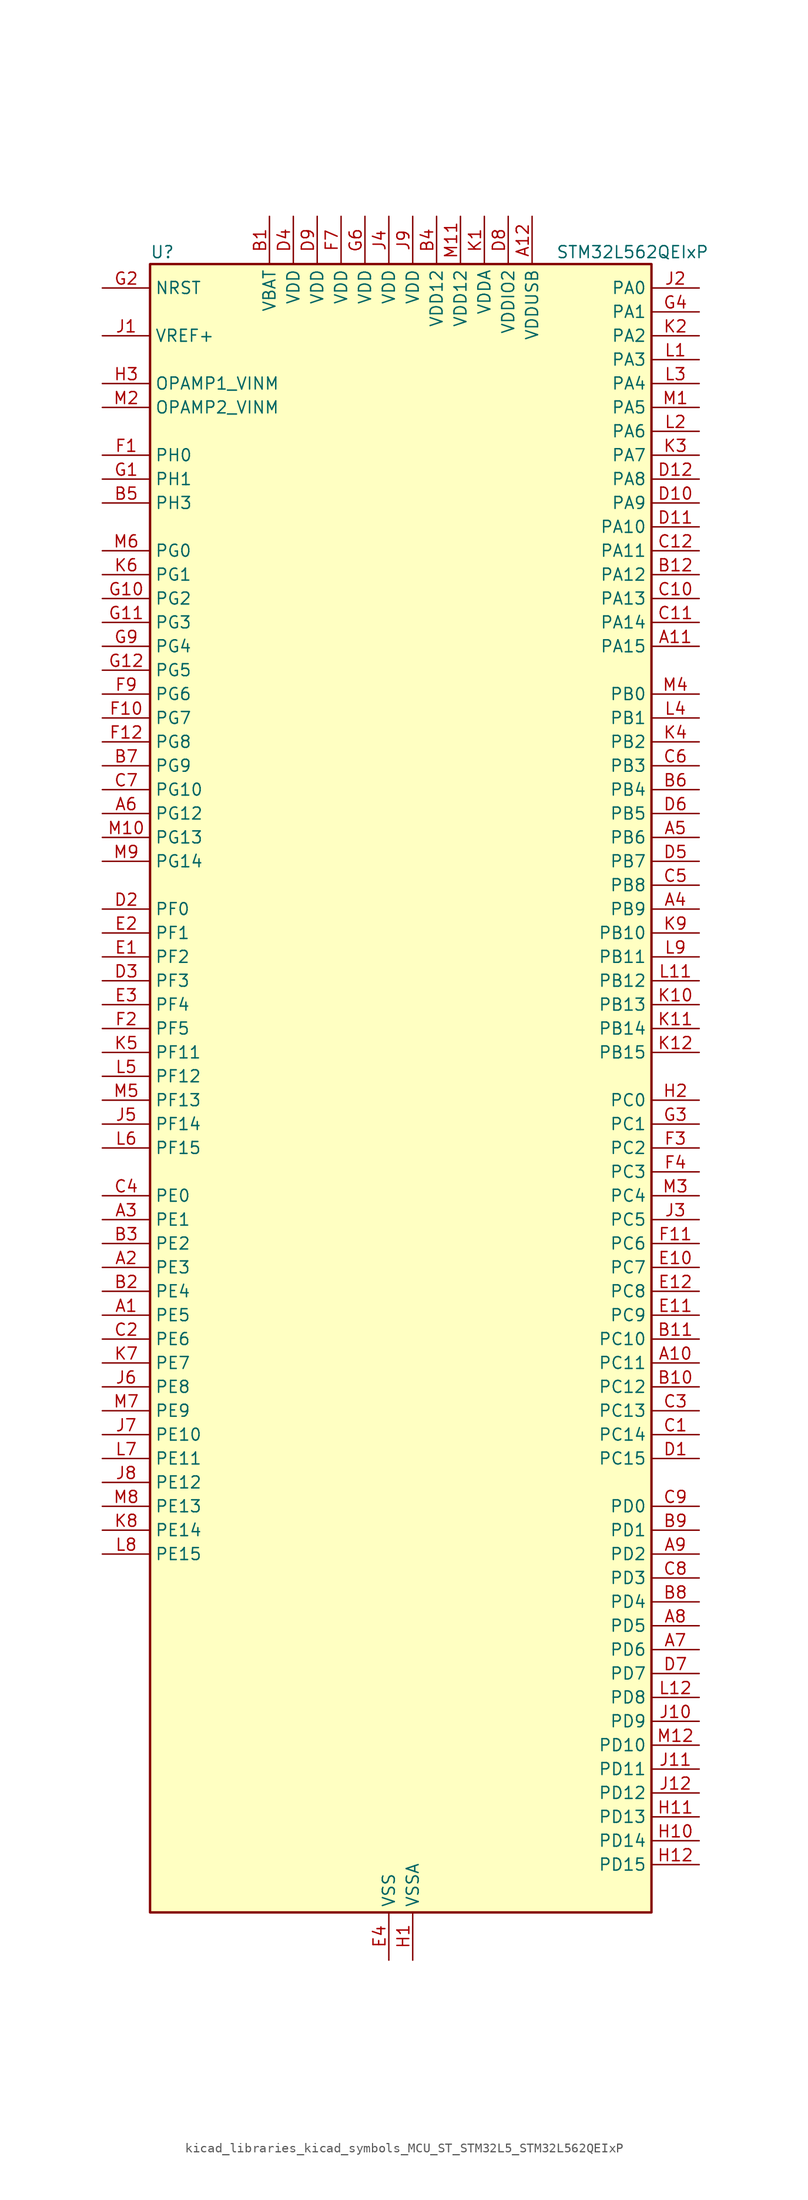
<source format=kicad_sym>
(kicad_symbol_lib
  (version 20220914)
  (generator kicad_symbol_editor)
  (symbol "kicad_libraries_kicad_symbols_MCU_ST_STM32L5_STM32L562QEIxP"
    (property "Reference" "U"
      (at -25.4 90.17 0)
      (effects (font (size 1.27 1.27)) (justify left)))
    (property "Value" "STM32L562QEIxP"
      (at 17.78 90.17 0)
      (effects (font (size 1.27 1.27)) (justify left)))
    (property "ki_locked" ""
      (at 0 0 0)
      (effects (font (size 1.27 1.27))))
    (symbol "kicad_libraries_kicad_symbols_MCU_ST_STM32L5_STM32L562QEIxP_0_1"
      (rectangle (start -25.4 -86.36) (end 27.94 88.9) (stroke (width 0.254) (type default)) (fill (type background))))
    (symbol "kicad_libraries_kicad_symbols_MCU_ST_STM32L5_STM32L562QEIxP_1_1"
      (pin bidirectional line (at -30.48 -22.86 0) (length 5.08) (name "PE5" (effects (font (size 1.27 1.27)))) (number "A1" (effects (font (size 1.27 1.27)))) (alternate "DEBUG_TRACED2" bidirectional line) (alternate "DFSDM1_CKIN3" bidirectional line) (alternate "FMC_A21" bidirectional line) (alternate "SAI1_CK2" bidirectional line) (alternate "SAI1_SCK_A" bidirectional line) (alternate "TIM3_CH3" bidirectional line) (alternate "TSC_G7_IO4" bidirectional line))
      (pin bidirectional line (at 33.02 -27.94 180) (length 5.08) (name "PC11" (effects (font (size 1.27 1.27)))) (number "A10" (effects (font (size 1.27 1.27)))) (alternate "ADC1_EXTI11" bidirectional line) (alternate "ADC2_EXTI11" bidirectional line) (alternate "LPTIM3_IN1" bidirectional line) (alternate "OCTOSPI1_NCS" bidirectional line) (alternate "SAI2_MCLK_B" bidirectional line) (alternate "SDMMC1_D3" bidirectional line) (alternate "SPI3_MISO" bidirectional line) (alternate "TSC_G3_IO3" bidirectional line) (alternate "UART4_RX" bidirectional line) (alternate "UCPD1_FRSTX2" bidirectional line) (alternate "USART3_RX" bidirectional line))
      (pin bidirectional line (at 33.02 48.26 180) (length 5.08) (name "PA15" (effects (font (size 1.27 1.27)))) (number "A11" (effects (font (size 1.27 1.27)))) (alternate "ADC1_EXTI15" bidirectional line) (alternate "ADC2_EXTI15" bidirectional line) (alternate "DEBUG_JTDI" bidirectional line) (alternate "SAI2_FS_B" bidirectional line) (alternate "SPI1_NSS" bidirectional line) (alternate "SPI3_NSS" bidirectional line) (alternate "TIM2_CH1" bidirectional line) (alternate "TIM2_ETR" bidirectional line) (alternate "UART4_DE" bidirectional line) (alternate "UART4_RTS" bidirectional line) (alternate "UCPD1_CC1" bidirectional line) (alternate "USART2_RX" bidirectional line) (alternate "USART3_DE" bidirectional line) (alternate "USART3_RTS" bidirectional line))
      (pin power_in line (at 15.24 93.98 270) (length 5.08) (name "VDDUSB" (effects (font (size 1.27 1.27)))) (number "A12" (effects (font (size 1.27 1.27)))))
      (pin bidirectional line (at -30.48 -17.78 0) (length 5.08) (name "PE3" (effects (font (size 1.27 1.27)))) (number "A2" (effects (font (size 1.27 1.27)))) (alternate "DEBUG_TRACED0" bidirectional line) (alternate "FMC_A19" bidirectional line) (alternate "OCTOSPI1_DQS" bidirectional line) (alternate "SAI1_SD_B" bidirectional line) (alternate "TIM3_CH1" bidirectional line) (alternate "TSC_G7_IO2" bidirectional line))
      (pin bidirectional line (at -30.48 -12.7 0) (length 5.08) (name "PE1" (effects (font (size 1.27 1.27)))) (number "A3" (effects (font (size 1.27 1.27)))) (alternate "FMC_NBL1" bidirectional line) (alternate "TIM17_CH1" bidirectional line))
      (pin bidirectional line (at 33.02 20.32 180) (length 5.08) (name "PB9" (effects (font (size 1.27 1.27)))) (number "A4" (effects (font (size 1.27 1.27)))) (alternate "DAC1_EXTI9" bidirectional line) (alternate "FDCAN1_TX" bidirectional line) (alternate "I2C1_SDA" bidirectional line) (alternate "IR_OUT" bidirectional line) (alternate "SAI1_D2" bidirectional line) (alternate "SAI1_FS_A" bidirectional line) (alternate "SDMMC1_CDIR" bidirectional line) (alternate "SDMMC1_D5" bidirectional line) (alternate "SPI2_NSS" bidirectional line) (alternate "TIM17_CH1" bidirectional line) (alternate "TIM4_CH4" bidirectional line))
      (pin bidirectional line (at 33.02 27.94 180) (length 5.08) (name "PB6" (effects (font (size 1.27 1.27)))) (number "A5" (effects (font (size 1.27 1.27)))) (alternate "COMP2_INP" bidirectional line) (alternate "I2C1_SCL" bidirectional line) (alternate "I2C4_SCL" bidirectional line) (alternate "LPTIM1_ETR" bidirectional line) (alternate "SAI1_FS_B" bidirectional line) (alternate "TIM16_CH1N" bidirectional line) (alternate "TIM4_CH1" bidirectional line) (alternate "TIM8_BKIN2" bidirectional line) (alternate "TSC_G2_IO3" bidirectional line) (alternate "USART1_TX" bidirectional line))
      (pin bidirectional line (at -30.48 30.48 0) (length 5.08) (name "PG12" (effects (font (size 1.27 1.27)))) (number "A6" (effects (font (size 1.27 1.27)))) (alternate "FMC_NE4" bidirectional line) (alternate "LPTIM1_ETR" bidirectional line) (alternate "SAI2_SD_A" bidirectional line) (alternate "SPI3_NSS" bidirectional line) (alternate "USART1_DE" bidirectional line) (alternate "USART1_RTS" bidirectional line))
      (pin bidirectional line (at 33.02 -58.42 180) (length 5.08) (name "PD6" (effects (font (size 1.27 1.27)))) (number "A7" (effects (font (size 1.27 1.27)))) (alternate "DFSDM1_DATIN1" bidirectional line) (alternate "FMC_NWAIT" bidirectional line) (alternate "OCTOSPI1_IO6" bidirectional line) (alternate "SAI1_D1" bidirectional line) (alternate "SAI1_SD_A" bidirectional line) (alternate "SPI3_MOSI" bidirectional line) (alternate "USART2_RX" bidirectional line))
      (pin bidirectional line (at 33.02 -55.88 180) (length 5.08) (name "PD5" (effects (font (size 1.27 1.27)))) (number "A8" (effects (font (size 1.27 1.27)))) (alternate "FMC_NWE" bidirectional line) (alternate "OCTOSPI1_IO5" bidirectional line) (alternate "USART2_TX" bidirectional line))
      (pin bidirectional line (at 33.02 -48.26 180) (length 5.08) (name "PD2" (effects (font (size 1.27 1.27)))) (number "A9" (effects (font (size 1.27 1.27)))) (alternate "DEBUG_TRACED2" bidirectional line) (alternate "SDMMC1_CMD" bidirectional line) (alternate "TIM3_ETR" bidirectional line) (alternate "TSC_SYNC" bidirectional line) (alternate "UART5_RX" bidirectional line) (alternate "USART3_DE" bidirectional line) (alternate "USART3_RTS" bidirectional line))
      (pin power_in line (at -12.7 93.98 270) (length 5.08) (name "VBAT" (effects (font (size 1.27 1.27)))) (number "B1" (effects (font (size 1.27 1.27)))))
      (pin bidirectional line (at 33.02 -30.48 180) (length 5.08) (name "PC12" (effects (font (size 1.27 1.27)))) (number "B10" (effects (font (size 1.27 1.27)))) (alternate "DEBUG_TRACED3" bidirectional line) (alternate "SAI2_SD_B" bidirectional line) (alternate "SDMMC1_CK" bidirectional line) (alternate "SPI3_MOSI" bidirectional line) (alternate "TSC_G3_IO4" bidirectional line) (alternate "UART5_TX" bidirectional line) (alternate "USART3_CK" bidirectional line))
      (pin bidirectional line (at 33.02 -25.4 180) (length 5.08) (name "PC10" (effects (font (size 1.27 1.27)))) (number "B11" (effects (font (size 1.27 1.27)))) (alternate "DEBUG_TRACED1" bidirectional line) (alternate "LPTIM3_ETR" bidirectional line) (alternate "SAI2_SCK_B" bidirectional line) (alternate "SDMMC1_D2" bidirectional line) (alternate "SPI3_SCK" bidirectional line) (alternate "TSC_G3_IO2" bidirectional line) (alternate "UART4_TX" bidirectional line) (alternate "USART3_TX" bidirectional line))
      (pin bidirectional line (at 33.02 55.88 180) (length 5.08) (name "PA12" (effects (font (size 1.27 1.27)))) (number "B12" (effects (font (size 1.27 1.27)))) (alternate "FDCAN1_TX" bidirectional line) (alternate "SPI1_MOSI" bidirectional line) (alternate "TIM1_ETR" bidirectional line) (alternate "USART1_DE" bidirectional line) (alternate "USART1_RTS" bidirectional line) (alternate "USB_DP" bidirectional line))
      (pin bidirectional line (at -30.48 -20.32 0) (length 5.08) (name "PE4" (effects (font (size 1.27 1.27)))) (number "B2" (effects (font (size 1.27 1.27)))) (alternate "DEBUG_TRACED1" bidirectional line) (alternate "DFSDM1_DATIN3" bidirectional line) (alternate "FMC_A20" bidirectional line) (alternate "SAI1_D2" bidirectional line) (alternate "SAI1_FS_A" bidirectional line) (alternate "TIM3_CH2" bidirectional line) (alternate "TSC_G7_IO3" bidirectional line))
      (pin bidirectional line (at -30.48 -15.24 0) (length 5.08) (name "PE2" (effects (font (size 1.27 1.27)))) (number "B3" (effects (font (size 1.27 1.27)))) (alternate "DEBUG_TRACECLK" bidirectional line) (alternate "FMC_A23" bidirectional line) (alternate "SAI1_CK1" bidirectional line) (alternate "SAI1_MCLK_A" bidirectional line) (alternate "TIM3_ETR" bidirectional line) (alternate "TSC_G7_IO1" bidirectional line))
      (pin power_in line (at 5.08 93.98 270) (length 5.08) (name "VDD12" (effects (font (size 1.27 1.27)))) (number "B4" (effects (font (size 1.27 1.27)))))
      (pin bidirectional line (at -30.48 63.5 0) (length 5.08) (name "PH3" (effects (font (size 1.27 1.27)))) (number "B5" (effects (font (size 1.27 1.27)))))
      (pin bidirectional line (at 33.02 33.02 180) (length 5.08) (name "PB4" (effects (font (size 1.27 1.27)))) (number "B6" (effects (font (size 1.27 1.27)))) (alternate "COMP2_INP" bidirectional line) (alternate "DEBUG_JTRST" bidirectional line) (alternate "I2C3_SDA" bidirectional line) (alternate "SAI1_MCLK_B" bidirectional line) (alternate "SPI1_MISO" bidirectional line) (alternate "SPI3_MISO" bidirectional line) (alternate "TIM17_BKIN" bidirectional line) (alternate "TIM3_CH1" bidirectional line) (alternate "TSC_G2_IO1" bidirectional line) (alternate "UART5_DE" bidirectional line) (alternate "UART5_RTS" bidirectional line) (alternate "USART1_CTS" bidirectional line) (alternate "USART1_NSS" bidirectional line))
      (pin bidirectional line (at -30.48 35.56 0) (length 5.08) (name "PG9" (effects (font (size 1.27 1.27)))) (number "B7" (effects (font (size 1.27 1.27)))) (alternate "DAC1_EXTI9" bidirectional line) (alternate "FMC_NCE" bidirectional line) (alternate "FMC_NE2" bidirectional line) (alternate "SAI2_SCK_A" bidirectional line) (alternate "SPI3_SCK" bidirectional line) (alternate "TIM15_CH1N" bidirectional line) (alternate "USART1_TX" bidirectional line))
      (pin bidirectional line (at 33.02 -53.34 180) (length 5.08) (name "PD4" (effects (font (size 1.27 1.27)))) (number "B8" (effects (font (size 1.27 1.27)))) (alternate "DFSDM1_CKIN0" bidirectional line) (alternate "FMC_NOE" bidirectional line) (alternate "OCTOSPI1_IO4" bidirectional line) (alternate "SPI2_MOSI" bidirectional line) (alternate "USART2_DE" bidirectional line) (alternate "USART2_RTS" bidirectional line))
      (pin bidirectional line (at 33.02 -45.72 180) (length 5.08) (name "PD1" (effects (font (size 1.27 1.27)))) (number "B9" (effects (font (size 1.27 1.27)))) (alternate "FDCAN1_TX" bidirectional line) (alternate "FMC_D3" bidirectional line) (alternate "FMC_DA3" bidirectional line) (alternate "SPI2_SCK" bidirectional line))
      (pin bidirectional line (at 33.02 -35.56 180) (length 5.08) (name "PC14" (effects (font (size 1.27 1.27)))) (number "C1" (effects (font (size 1.27 1.27)))) (alternate "RCC_OSC32_IN" bidirectional line))
      (pin bidirectional line (at 33.02 53.34 180) (length 5.08) (name "PA13" (effects (font (size 1.27 1.27)))) (number "C10" (effects (font (size 1.27 1.27)))) (alternate "DEBUG_JTMS-SWDIO" bidirectional line) (alternate "IR_OUT" bidirectional line) (alternate "SAI1_SD_B" bidirectional line) (alternate "USB_NOE" bidirectional line))
      (pin bidirectional line (at 33.02 50.8 180) (length 5.08) (name "PA14" (effects (font (size 1.27 1.27)))) (number "C11" (effects (font (size 1.27 1.27)))) (alternate "DEBUG_JTCK-SWCLK" bidirectional line) (alternate "I2C1_SMBA" bidirectional line) (alternate "I2C4_SMBA" bidirectional line) (alternate "LPTIM1_OUT" bidirectional line) (alternate "SAI1_FS_B" bidirectional line))
      (pin bidirectional line (at 33.02 58.42 180) (length 5.08) (name "PA11" (effects (font (size 1.27 1.27)))) (number "C12" (effects (font (size 1.27 1.27)))) (alternate "ADC1_EXTI11" bidirectional line) (alternate "ADC2_EXTI11" bidirectional line) (alternate "FDCAN1_RX" bidirectional line) (alternate "SPI1_MISO" bidirectional line) (alternate "TIM1_BKIN2" bidirectional line) (alternate "TIM1_CH4" bidirectional line) (alternate "USART1_CTS" bidirectional line) (alternate "USART1_NSS" bidirectional line) (alternate "USB_DM" bidirectional line))
      (pin bidirectional line (at -30.48 -25.4 0) (length 5.08) (name "PE6" (effects (font (size 1.27 1.27)))) (number "C2" (effects (font (size 1.27 1.27)))) (alternate "DEBUG_TRACED3" bidirectional line) (alternate "FMC_A22" bidirectional line) (alternate "PWR_WKUP3" bidirectional line) (alternate "SAI1_D1" bidirectional line) (alternate "SAI1_SD_A" bidirectional line) (alternate "TAMP_IN3" bidirectional line) (alternate "TAMP_OUT6" bidirectional line) (alternate "TIM3_CH4" bidirectional line))
      (pin bidirectional line (at 33.02 -33.02 180) (length 5.08) (name "PC13" (effects (font (size 1.27 1.27)))) (number "C3" (effects (font (size 1.27 1.27)))) (alternate "PWR_WKUP2" bidirectional line) (alternate "RTC_OUT1" bidirectional line) (alternate "RTC_TS" bidirectional line) (alternate "TAMP_IN1" bidirectional line) (alternate "TAMP_OUT2" bidirectional line))
      (pin bidirectional line (at -30.48 -10.16 0) (length 5.08) (name "PE0" (effects (font (size 1.27 1.27)))) (number "C4" (effects (font (size 1.27 1.27)))) (alternate "FMC_NBL0" bidirectional line) (alternate "TIM16_CH1" bidirectional line) (alternate "TIM4_ETR" bidirectional line))
      (pin bidirectional line (at 33.02 22.86 180) (length 5.08) (name "PB8" (effects (font (size 1.27 1.27)))) (number "C5" (effects (font (size 1.27 1.27)))) (alternate "DFSDM1_CKOUT" bidirectional line) (alternate "FDCAN1_RX" bidirectional line) (alternate "I2C1_SCL" bidirectional line) (alternate "SAI1_CK1" bidirectional line) (alternate "SAI1_MCLK_A" bidirectional line) (alternate "SDMMC1_CKIN" bidirectional line) (alternate "SDMMC1_D4" bidirectional line) (alternate "TIM16_CH1" bidirectional line) (alternate "TIM4_CH3" bidirectional line))
      (pin bidirectional line (at 33.02 35.56 180) (length 5.08) (name "PB3" (effects (font (size 1.27 1.27)))) (number "C6" (effects (font (size 1.27 1.27)))) (alternate "COMP2_INM" bidirectional line) (alternate "CRS_SYNC" bidirectional line) (alternate "DEBUG_JTDO-SWO" bidirectional line) (alternate "SAI1_SCK_B" bidirectional line) (alternate "SPI1_SCK" bidirectional line) (alternate "SPI3_SCK" bidirectional line) (alternate "TIM2_CH2" bidirectional line) (alternate "USART1_DE" bidirectional line) (alternate "USART1_RTS" bidirectional line))
      (pin bidirectional line (at -30.48 33.02 0) (length 5.08) (name "PG10" (effects (font (size 1.27 1.27)))) (number "C7" (effects (font (size 1.27 1.27)))) (alternate "FMC_NE3" bidirectional line) (alternate "LPTIM1_IN1" bidirectional line) (alternate "SAI2_FS_A" bidirectional line) (alternate "SPI3_MISO" bidirectional line) (alternate "TIM15_CH1" bidirectional line) (alternate "USART1_RX" bidirectional line))
      (pin bidirectional line (at 33.02 -50.8 180) (length 5.08) (name "PD3" (effects (font (size 1.27 1.27)))) (number "C8" (effects (font (size 1.27 1.27)))) (alternate "DFSDM1_DATIN0" bidirectional line) (alternate "FMC_CLK" bidirectional line) (alternate "SPI2_MISO" bidirectional line) (alternate "SPI2_SCK" bidirectional line) (alternate "USART2_CTS" bidirectional line) (alternate "USART2_NSS" bidirectional line))
      (pin bidirectional line (at 33.02 -43.18 180) (length 5.08) (name "PD0" (effects (font (size 1.27 1.27)))) (number "C9" (effects (font (size 1.27 1.27)))) (alternate "FDCAN1_RX" bidirectional line) (alternate "FMC_D2" bidirectional line) (alternate "FMC_DA2" bidirectional line) (alternate "SPI2_NSS" bidirectional line))
      (pin bidirectional line (at 33.02 -38.1 180) (length 5.08) (name "PC15" (effects (font (size 1.27 1.27)))) (number "D1" (effects (font (size 1.27 1.27)))) (alternate "ADC1_EXTI15" bidirectional line) (alternate "ADC2_EXTI15" bidirectional line) (alternate "RCC_OSC32_OUT" bidirectional line))
      (pin bidirectional line (at 33.02 63.5 180) (length 5.08) (name "PA9" (effects (font (size 1.27 1.27)))) (number "D10" (effects (font (size 1.27 1.27)))) (alternate "DAC1_EXTI9" bidirectional line) (alternate "SAI1_FS_A" bidirectional line) (alternate "SPI2_SCK" bidirectional line) (alternate "TIM15_BKIN" bidirectional line) (alternate "TIM1_CH2" bidirectional line) (alternate "USART1_TX" bidirectional line))
      (pin bidirectional line (at 33.02 60.96 180) (length 5.08) (name "PA10" (effects (font (size 1.27 1.27)))) (number "D11" (effects (font (size 1.27 1.27)))) (alternate "CRS_SYNC" bidirectional line) (alternate "SAI1_D1" bidirectional line) (alternate "SAI1_SD_A" bidirectional line) (alternate "TIM17_BKIN" bidirectional line) (alternate "TIM1_CH3" bidirectional line) (alternate "USART1_RX" bidirectional line))
      (pin bidirectional line (at 33.02 66.04 180) (length 5.08) (name "PA8" (effects (font (size 1.27 1.27)))) (number "D12" (effects (font (size 1.27 1.27)))) (alternate "LPTIM2_OUT" bidirectional line) (alternate "RCC_MCO" bidirectional line) (alternate "SAI1_CK2" bidirectional line) (alternate "SAI1_SCK_A" bidirectional line) (alternate "TIM1_CH1" bidirectional line) (alternate "USART1_CK" bidirectional line))
      (pin bidirectional line (at -30.48 20.32 0) (length 5.08) (name "PF0" (effects (font (size 1.27 1.27)))) (number "D2" (effects (font (size 1.27 1.27)))) (alternate "FMC_A0" bidirectional line) (alternate "I2C2_SDA" bidirectional line))
      (pin bidirectional line (at -30.48 12.7 0) (length 5.08) (name "PF3" (effects (font (size 1.27 1.27)))) (number "D3" (effects (font (size 1.27 1.27)))) (alternate "FMC_A3" bidirectional line) (alternate "LPTIM3_IN1" bidirectional line))
      (pin power_in line (at -10.16 93.98 270) (length 5.08) (name "VDD" (effects (font (size 1.27 1.27)))) (number "D4" (effects (font (size 1.27 1.27)))))
      (pin bidirectional line (at 33.02 25.4 180) (length 5.08) (name "PB7" (effects (font (size 1.27 1.27)))) (number "D5" (effects (font (size 1.27 1.27)))) (alternate "COMP2_INM" bidirectional line) (alternate "FMC_NL" bidirectional line) (alternate "I2C1_SDA" bidirectional line) (alternate "I2C4_SDA" bidirectional line) (alternate "LPTIM1_IN2" bidirectional line) (alternate "PWR_PVD_IN" bidirectional line) (alternate "TIM17_CH1N" bidirectional line) (alternate "TIM4_CH2" bidirectional line) (alternate "TIM8_BKIN" bidirectional line) (alternate "TSC_G2_IO4" bidirectional line) (alternate "UART4_CTS" bidirectional line) (alternate "USART1_RX" bidirectional line))
      (pin bidirectional line (at 33.02 30.48 180) (length 5.08) (name "PB5" (effects (font (size 1.27 1.27)))) (number "D6" (effects (font (size 1.27 1.27)))) (alternate "COMP2_OUT" bidirectional line) (alternate "I2C1_SMBA" bidirectional line) (alternate "LPTIM1_IN1" bidirectional line) (alternate "OCTOSPI1_NCLK" bidirectional line) (alternate "SAI1_SD_B" bidirectional line) (alternate "SPI1_MOSI" bidirectional line) (alternate "SPI3_MOSI" bidirectional line) (alternate "TIM16_BKIN" bidirectional line) (alternate "TIM3_CH2" bidirectional line) (alternate "TSC_G2_IO2" bidirectional line) (alternate "UART5_CTS" bidirectional line) (alternate "UCPD1_DBCC1" bidirectional line) (alternate "USART1_CK" bidirectional line))
      (pin bidirectional line (at 33.02 -60.96 180) (length 5.08) (name "PD7" (effects (font (size 1.27 1.27)))) (number "D7" (effects (font (size 1.27 1.27)))) (alternate "DFSDM1_CKIN1" bidirectional line) (alternate "FMC_NCE" bidirectional line) (alternate "FMC_NE1" bidirectional line) (alternate "OCTOSPI1_IO7" bidirectional line) (alternate "USART2_CK" bidirectional line))
      (pin power_in line (at 12.7 93.98 270) (length 5.08) (name "VDDIO2" (effects (font (size 1.27 1.27)))) (number "D8" (effects (font (size 1.27 1.27)))))
      (pin power_in line (at -7.62 93.98 270) (length 5.08) (name "VDD" (effects (font (size 1.27 1.27)))) (number "D9" (effects (font (size 1.27 1.27)))))
      (pin bidirectional line (at -30.48 15.24 0) (length 5.08) (name "PF2" (effects (font (size 1.27 1.27)))) (number "E1" (effects (font (size 1.27 1.27)))) (alternate "FMC_A2" bidirectional line) (alternate "I2C2_SMBA" bidirectional line))
      (pin bidirectional line (at 33.02 -17.78 180) (length 5.08) (name "PC7" (effects (font (size 1.27 1.27)))) (number "E10" (effects (font (size 1.27 1.27)))) (alternate "DFSDM1_DATIN3" bidirectional line) (alternate "SAI2_MCLK_B" bidirectional line) (alternate "SDMMC1_D123DIR" bidirectional line) (alternate "SDMMC1_D7" bidirectional line) (alternate "TIM3_CH2" bidirectional line) (alternate "TIM8_CH2" bidirectional line) (alternate "TSC_G4_IO2" bidirectional line))
      (pin bidirectional line (at 33.02 -22.86 180) (length 5.08) (name "PC9" (effects (font (size 1.27 1.27)))) (number "E11" (effects (font (size 1.27 1.27)))) (alternate "DAC1_EXTI9" bidirectional line) (alternate "DEBUG_TRACED0" bidirectional line) (alternate "SAI2_EXTCLK" bidirectional line) (alternate "SDMMC1_D1" bidirectional line) (alternate "TIM3_CH4" bidirectional line) (alternate "TIM8_BKIN2" bidirectional line) (alternate "TIM8_CH4" bidirectional line) (alternate "TSC_G4_IO4" bidirectional line) (alternate "USB_NOE" bidirectional line))
      (pin bidirectional line (at 33.02 -20.32 180) (length 5.08) (name "PC8" (effects (font (size 1.27 1.27)))) (number "E12" (effects (font (size 1.27 1.27)))) (alternate "SDMMC1_D0" bidirectional line) (alternate "TIM3_CH3" bidirectional line) (alternate "TIM8_CH3" bidirectional line) (alternate "TSC_G4_IO3" bidirectional line))
      (pin bidirectional line (at -30.48 17.78 0) (length 5.08) (name "PF1" (effects (font (size 1.27 1.27)))) (number "E2" (effects (font (size 1.27 1.27)))) (alternate "FMC_A1" bidirectional line) (alternate "I2C2_SCL" bidirectional line))
      (pin bidirectional line (at -30.48 10.16 0) (length 5.08) (name "PF4" (effects (font (size 1.27 1.27)))) (number "E3" (effects (font (size 1.27 1.27)))) (alternate "FMC_A4" bidirectional line) (alternate "LPTIM3_ETR" bidirectional line))
      (pin power_in line (at 0 -91.44 90) (length 5.08) (name "VSS" (effects (font (size 1.27 1.27)))) (number "E4" (effects (font (size 1.27 1.27)))))
      (pin passive line (at 0 -91.44 90) (length 5.08) hide (name "VSS" (effects (font (size 1.27 1.27)))) (number "E9" (effects (font (size 1.27 1.27)))))
      (pin bidirectional line (at -30.48 68.58 0) (length 5.08) (name "PH0" (effects (font (size 1.27 1.27)))) (number "F1" (effects (font (size 1.27 1.27)))) (alternate "RCC_OSC_IN" bidirectional line))
      (pin bidirectional line (at -30.48 40.64 0) (length 5.08) (name "PG7" (effects (font (size 1.27 1.27)))) (number "F10" (effects (font (size 1.27 1.27)))) (alternate "DFSDM1_CKOUT" bidirectional line) (alternate "FMC_INT" bidirectional line) (alternate "I2C3_SCL" bidirectional line) (alternate "LPUART1_TX" bidirectional line) (alternate "SAI1_CK1" bidirectional line) (alternate "SAI1_MCLK_A" bidirectional line) (alternate "UCPD1_FRSTX2" bidirectional line))
      (pin bidirectional line (at 33.02 -15.24 180) (length 5.08) (name "PC6" (effects (font (size 1.27 1.27)))) (number "F11" (effects (font (size 1.27 1.27)))) (alternate "DFSDM1_CKIN3" bidirectional line) (alternate "SAI2_MCLK_A" bidirectional line) (alternate "SDMMC1_D0DIR" bidirectional line) (alternate "SDMMC1_D6" bidirectional line) (alternate "TIM3_CH1" bidirectional line) (alternate "TIM8_CH1" bidirectional line) (alternate "TSC_G4_IO1" bidirectional line))
      (pin bidirectional line (at -30.48 38.1 0) (length 5.08) (name "PG8" (effects (font (size 1.27 1.27)))) (number "F12" (effects (font (size 1.27 1.27)))) (alternate "I2C3_SDA" bidirectional line) (alternate "LPUART1_RX" bidirectional line))
      (pin bidirectional line (at -30.48 7.62 0) (length 5.08) (name "PF5" (effects (font (size 1.27 1.27)))) (number "F2" (effects (font (size 1.27 1.27)))) (alternate "FMC_A5" bidirectional line) (alternate "LPTIM3_OUT" bidirectional line))
      (pin bidirectional line (at 33.02 -5.08 180) (length 5.08) (name "PC2" (effects (font (size 1.27 1.27)))) (number "F3" (effects (font (size 1.27 1.27)))) (alternate "ADC1_IN3" bidirectional line) (alternate "ADC2_IN3" bidirectional line) (alternate "DFSDM1_CKOUT" bidirectional line) (alternate "LPTIM1_IN2" bidirectional line) (alternate "OCTOSPI1_IO5" bidirectional line) (alternate "SPI2_MISO" bidirectional line))
      (pin bidirectional line (at 33.02 -7.62 180) (length 5.08) (name "PC3" (effects (font (size 1.27 1.27)))) (number "F4" (effects (font (size 1.27 1.27)))) (alternate "ADC1_IN4" bidirectional line) (alternate "ADC2_IN4" bidirectional line) (alternate "LPTIM1_ETR" bidirectional line) (alternate "LPTIM2_ETR" bidirectional line) (alternate "LPTIM3_OUT" bidirectional line) (alternate "OCTOSPI1_IO6" bidirectional line) (alternate "SAI1_D1" bidirectional line) (alternate "SAI1_SD_A" bidirectional line) (alternate "SPI2_MOSI" bidirectional line))
      (pin passive line (at 0 -91.44 90) (length 5.08) hide (name "VSS" (effects (font (size 1.27 1.27)))) (number "F6" (effects (font (size 1.27 1.27)))))
      (pin power_in line (at -5.08 93.98 270) (length 5.08) (name "VDD" (effects (font (size 1.27 1.27)))) (number "F7" (effects (font (size 1.27 1.27)))))
      (pin bidirectional line (at -30.48 43.18 0) (length 5.08) (name "PG6" (effects (font (size 1.27 1.27)))) (number "F9" (effects (font (size 1.27 1.27)))) (alternate "I2C3_SMBA" bidirectional line) (alternate "LPUART1_DE" bidirectional line) (alternate "LPUART1_RTS" bidirectional line) (alternate "OCTOSPI1_DQS" bidirectional line) (alternate "UCPD1_FRSTX1" bidirectional line))
      (pin bidirectional line (at -30.48 66.04 0) (length 5.08) (name "PH1" (effects (font (size 1.27 1.27)))) (number "G1" (effects (font (size 1.27 1.27)))) (alternate "RCC_OSC_OUT" bidirectional line))
      (pin bidirectional line (at -30.48 53.34 0) (length 5.08) (name "PG2" (effects (font (size 1.27 1.27)))) (number "G10" (effects (font (size 1.27 1.27)))) (alternate "FMC_A12" bidirectional line) (alternate "SAI2_SCK_B" bidirectional line) (alternate "SPI1_SCK" bidirectional line))
      (pin bidirectional line (at -30.48 50.8 0) (length 5.08) (name "PG3" (effects (font (size 1.27 1.27)))) (number "G11" (effects (font (size 1.27 1.27)))) (alternate "FMC_A13" bidirectional line) (alternate "SAI2_FS_B" bidirectional line) (alternate "SPI1_MISO" bidirectional line))
      (pin bidirectional line (at -30.48 45.72 0) (length 5.08) (name "PG5" (effects (font (size 1.27 1.27)))) (number "G12" (effects (font (size 1.27 1.27)))) (alternate "FMC_A15" bidirectional line) (alternate "LPUART1_CTS" bidirectional line) (alternate "SAI2_SD_B" bidirectional line) (alternate "SPI1_NSS" bidirectional line))
      (pin input line (at -30.48 86.36 0) (length 5.08) (name "NRST" (effects (font (size 1.27 1.27)))) (number "G2" (effects (font (size 1.27 1.27)))))
      (pin bidirectional line (at 33.02 -2.54 180) (length 5.08) (name "PC1" (effects (font (size 1.27 1.27)))) (number "G3" (effects (font (size 1.27 1.27)))) (alternate "ADC1_IN2" bidirectional line) (alternate "ADC2_IN2" bidirectional line) (alternate "DEBUG_TRACED0" bidirectional line) (alternate "I2C3_SDA" bidirectional line) (alternate "LPTIM1_OUT" bidirectional line) (alternate "LPUART1_TX" bidirectional line) (alternate "OCTOSPI1_IO4" bidirectional line) (alternate "SAI1_SD_A" bidirectional line) (alternate "SPI2_MOSI" bidirectional line))
      (pin bidirectional line (at 33.02 83.82 180) (length 5.08) (name "PA1" (effects (font (size 1.27 1.27)))) (number "G4" (effects (font (size 1.27 1.27)))) (alternate "ADC1_IN6" bidirectional line) (alternate "ADC2_IN6" bidirectional line) (alternate "I2C1_SMBA" bidirectional line) (alternate "OCTOSPI1_DQS" bidirectional line) (alternate "OPAMP1_VINM" bidirectional line) (alternate "SPI1_SCK" bidirectional line) (alternate "TAMP_IN5" bidirectional line) (alternate "TAMP_OUT4" bidirectional line) (alternate "TIM15_CH1N" bidirectional line) (alternate "TIM2_CH2" bidirectional line) (alternate "TIM5_CH2" bidirectional line) (alternate "UART4_RX" bidirectional line) (alternate "USART2_DE" bidirectional line) (alternate "USART2_RTS" bidirectional line))
      (pin power_in line (at -2.54 93.98 270) (length 5.08) (name "VDD" (effects (font (size 1.27 1.27)))) (number "G6" (effects (font (size 1.27 1.27)))))
      (pin passive line (at 0 -91.44 90) (length 5.08) hide (name "VSS" (effects (font (size 1.27 1.27)))) (number "G7" (effects (font (size 1.27 1.27)))))
      (pin bidirectional line (at -30.48 48.26 0) (length 5.08) (name "PG4" (effects (font (size 1.27 1.27)))) (number "G9" (effects (font (size 1.27 1.27)))) (alternate "FMC_A14" bidirectional line) (alternate "SAI2_MCLK_B" bidirectional line) (alternate "SPI1_MOSI" bidirectional line))
      (pin power_in line (at 2.54 -91.44 90) (length 5.08) (name "VSSA" (effects (font (size 1.27 1.27)))) (number "H1" (effects (font (size 1.27 1.27)))))
      (pin bidirectional line (at 33.02 -78.74 180) (length 5.08) (name "PD14" (effects (font (size 1.27 1.27)))) (number "H10" (effects (font (size 1.27 1.27)))) (alternate "FMC_D0" bidirectional line) (alternate "FMC_DA0" bidirectional line) (alternate "TIM4_CH3" bidirectional line))
      (pin bidirectional line (at 33.02 -76.2 180) (length 5.08) (name "PD13" (effects (font (size 1.27 1.27)))) (number "H11" (effects (font (size 1.27 1.27)))) (alternate "FMC_A18" bidirectional line) (alternate "I2C4_SDA" bidirectional line) (alternate "LPTIM2_OUT" bidirectional line) (alternate "TIM4_CH2" bidirectional line) (alternate "TSC_G6_IO4" bidirectional line))
      (pin bidirectional line (at 33.02 -81.28 180) (length 5.08) (name "PD15" (effects (font (size 1.27 1.27)))) (number "H12" (effects (font (size 1.27 1.27)))) (alternate "ADC1_EXTI15" bidirectional line) (alternate "ADC2_EXTI15" bidirectional line) (alternate "FMC_D1" bidirectional line) (alternate "FMC_DA1" bidirectional line) (alternate "TIM4_CH4" bidirectional line))
      (pin bidirectional line (at 33.02 0 180) (length 5.08) (name "PC0" (effects (font (size 1.27 1.27)))) (number "H2" (effects (font (size 1.27 1.27)))) (alternate "ADC1_IN1" bidirectional line) (alternate "ADC2_IN1" bidirectional line) (alternate "I2C3_SCL" bidirectional line) (alternate "LPTIM1_IN1" bidirectional line) (alternate "LPTIM2_IN1" bidirectional line) (alternate "LPUART1_RX" bidirectional line) (alternate "OCTOSPI1_IO7" bidirectional line) (alternate "SAI2_FS_A" bidirectional line) (alternate "SDMMC1_D5" bidirectional line))
      (pin bidirectional line (at -30.48 76.2 0) (length 5.08) (name "OPAMP1_VINM" (effects (font (size 1.27 1.27)))) (number "H3" (effects (font (size 1.27 1.27)))) (alternate "OPAMP1_VINM" bidirectional line))
      (pin passive line (at 0 -91.44 90) (length 5.08) hide (name "VSS" (effects (font (size 1.27 1.27)))) (number "H4" (effects (font (size 1.27 1.27)))))
      (pin passive line (at 0 -91.44 90) (length 5.08) hide (name "VSS" (effects (font (size 1.27 1.27)))) (number "H9" (effects (font (size 1.27 1.27)))))
      (pin input line (at -30.48 81.28 0) (length 5.08) (name "VREF+" (effects (font (size 1.27 1.27)))) (number "J1" (effects (font (size 1.27 1.27)))))
      (pin bidirectional line (at 33.02 -66.04 180) (length 5.08) (name "PD9" (effects (font (size 1.27 1.27)))) (number "J10" (effects (font (size 1.27 1.27)))) (alternate "DAC1_EXTI9" bidirectional line) (alternate "FMC_D14" bidirectional line) (alternate "FMC_DA14" bidirectional line) (alternate "SAI2_MCLK_A" bidirectional line) (alternate "USART3_RX" bidirectional line))
      (pin bidirectional line (at 33.02 -71.12 180) (length 5.08) (name "PD11" (effects (font (size 1.27 1.27)))) (number "J11" (effects (font (size 1.27 1.27)))) (alternate "ADC1_EXTI11" bidirectional line) (alternate "ADC2_EXTI11" bidirectional line) (alternate "FMC_A16" bidirectional line) (alternate "FMC_CLE" bidirectional line) (alternate "I2C4_SMBA" bidirectional line) (alternate "LPTIM2_ETR" bidirectional line) (alternate "SAI2_SD_A" bidirectional line) (alternate "TSC_G6_IO2" bidirectional line) (alternate "USART3_CTS" bidirectional line) (alternate "USART3_NSS" bidirectional line))
      (pin bidirectional line (at 33.02 -73.66 180) (length 5.08) (name "PD12" (effects (font (size 1.27 1.27)))) (number "J12" (effects (font (size 1.27 1.27)))) (alternate "FMC_A17" bidirectional line) (alternate "FMC_ALE" bidirectional line) (alternate "I2C4_SCL" bidirectional line) (alternate "LPTIM2_IN1" bidirectional line) (alternate "SAI2_FS_A" bidirectional line) (alternate "TIM4_CH1" bidirectional line) (alternate "TSC_G6_IO3" bidirectional line) (alternate "USART3_DE" bidirectional line) (alternate "USART3_RTS" bidirectional line))
      (pin bidirectional line (at 33.02 86.36 180) (length 5.08) (name "PA0" (effects (font (size 1.27 1.27)))) (number "J2" (effects (font (size 1.27 1.27)))) (alternate "ADC1_IN5" bidirectional line) (alternate "ADC2_IN5" bidirectional line) (alternate "OPAMP1_VINP" bidirectional line) (alternate "PWR_WKUP1" bidirectional line) (alternate "SAI1_EXTCLK" bidirectional line) (alternate "TAMP_IN2" bidirectional line) (alternate "TAMP_OUT1" bidirectional line) (alternate "TIM2_CH1" bidirectional line) (alternate "TIM2_ETR" bidirectional line) (alternate "TIM5_CH1" bidirectional line) (alternate "TIM8_ETR" bidirectional line) (alternate "UART4_TX" bidirectional line) (alternate "USART2_CTS" bidirectional line) (alternate "USART2_NSS" bidirectional line))
      (pin bidirectional line (at 33.02 -12.7 180) (length 5.08) (name "PC5" (effects (font (size 1.27 1.27)))) (number "J3" (effects (font (size 1.27 1.27)))) (alternate "ADC1_IN14" bidirectional line) (alternate "ADC2_IN14" bidirectional line) (alternate "COMP1_INP" bidirectional line) (alternate "PWR_WKUP5" bidirectional line) (alternate "SAI1_D3" bidirectional line) (alternate "TAMP_IN4" bidirectional line) (alternate "TAMP_OUT5" bidirectional line) (alternate "USART3_RX" bidirectional line))
      (pin power_in line (at 0 93.98 270) (length 5.08) (name "VDD" (effects (font (size 1.27 1.27)))) (number "J4" (effects (font (size 1.27 1.27)))))
      (pin bidirectional line (at -30.48 -2.54 0) (length 5.08) (name "PF14" (effects (font (size 1.27 1.27)))) (number "J5" (effects (font (size 1.27 1.27)))) (alternate "FMC_A8" bidirectional line) (alternate "I2C4_SCL" bidirectional line) (alternate "TSC_G8_IO1" bidirectional line))
      (pin bidirectional line (at -30.48 -30.48 0) (length 5.08) (name "PE8" (effects (font (size 1.27 1.27)))) (number "J6" (effects (font (size 1.27 1.27)))) (alternate "DFSDM1_CKIN2" bidirectional line) (alternate "FMC_D5" bidirectional line) (alternate "FMC_DA5" bidirectional line) (alternate "SAI1_SCK_B" bidirectional line) (alternate "TIM1_CH1N" bidirectional line))
      (pin bidirectional line (at -30.48 -35.56 0) (length 5.08) (name "PE10" (effects (font (size 1.27 1.27)))) (number "J7" (effects (font (size 1.27 1.27)))) (alternate "FMC_D7" bidirectional line) (alternate "FMC_DA7" bidirectional line) (alternate "OCTOSPI1_CLK" bidirectional line) (alternate "SAI1_MCLK_B" bidirectional line) (alternate "TIM1_CH2N" bidirectional line) (alternate "TSC_G5_IO1" bidirectional line))
      (pin bidirectional line (at -30.48 -40.64 0) (length 5.08) (name "PE12" (effects (font (size 1.27 1.27)))) (number "J8" (effects (font (size 1.27 1.27)))) (alternate "FMC_D9" bidirectional line) (alternate "FMC_DA9" bidirectional line) (alternate "OCTOSPI1_IO0" bidirectional line) (alternate "SPI1_NSS" bidirectional line) (alternate "TIM1_CH3N" bidirectional line) (alternate "TSC_G5_IO3" bidirectional line))
      (pin power_in line (at 2.54 93.98 270) (length 5.08) (name "VDD" (effects (font (size 1.27 1.27)))) (number "J9" (effects (font (size 1.27 1.27)))))
      (pin power_in line (at 10.16 93.98 270) (length 5.08) (name "VDDA" (effects (font (size 1.27 1.27)))) (number "K1" (effects (font (size 1.27 1.27)))))
      (pin bidirectional line (at 33.02 10.16 180) (length 5.08) (name "PB13" (effects (font (size 1.27 1.27)))) (number "K10" (effects (font (size 1.27 1.27)))) (alternate "DFSDM1_CKIN1" bidirectional line) (alternate "I2C2_SCL" bidirectional line) (alternate "LPTIM3_IN1" bidirectional line) (alternate "LPUART1_CTS" bidirectional line) (alternate "SAI2_SCK_A" bidirectional line) (alternate "SPI2_SCK" bidirectional line) (alternate "TIM15_CH1N" bidirectional line) (alternate "TIM1_CH1N" bidirectional line) (alternate "TSC_G1_IO2" bidirectional line) (alternate "UCPD1_FRSTX2" bidirectional line) (alternate "USART3_CTS" bidirectional line) (alternate "USART3_NSS" bidirectional line))
      (pin bidirectional line (at 33.02 7.62 180) (length 5.08) (name "PB14" (effects (font (size 1.27 1.27)))) (number "K11" (effects (font (size 1.27 1.27)))) (alternate "DFSDM1_DATIN2" bidirectional line) (alternate "I2C2_SDA" bidirectional line) (alternate "LPTIM3_ETR" bidirectional line) (alternate "SAI2_MCLK_A" bidirectional line) (alternate "SPI2_MISO" bidirectional line) (alternate "TIM15_CH1" bidirectional line) (alternate "TIM1_CH2N" bidirectional line) (alternate "TIM8_CH2N" bidirectional line) (alternate "TSC_G1_IO3" bidirectional line) (alternate "UCPD1_DBCC2" bidirectional line) (alternate "USART3_DE" bidirectional line) (alternate "USART3_RTS" bidirectional line))
      (pin bidirectional line (at 33.02 5.08 180) (length 5.08) (name "PB15" (effects (font (size 1.27 1.27)))) (number "K12" (effects (font (size 1.27 1.27)))) (alternate "ADC1_EXTI15" bidirectional line) (alternate "ADC2_EXTI15" bidirectional line) (alternate "DFSDM1_CKIN2" bidirectional line) (alternate "RTC_REFIN" bidirectional line) (alternate "SAI2_SD_A" bidirectional line) (alternate "SPI2_MOSI" bidirectional line) (alternate "TIM15_CH2" bidirectional line) (alternate "TIM1_CH3N" bidirectional line) (alternate "TIM8_CH3N" bidirectional line) (alternate "UCPD1_CC2" bidirectional line))
      (pin bidirectional line (at 33.02 81.28 180) (length 5.08) (name "PA2" (effects (font (size 1.27 1.27)))) (number "K2" (effects (font (size 1.27 1.27)))) (alternate "ADC1_IN7" bidirectional line) (alternate "ADC2_IN7" bidirectional line) (alternate "COMP1_INP" bidirectional line) (alternate "LPUART1_TX" bidirectional line) (alternate "OCTOSPI1_NCS" bidirectional line) (alternate "PWR_WKUP4" bidirectional line) (alternate "RCC_LSCO" bidirectional line) (alternate "SAI2_EXTCLK" bidirectional line) (alternate "TIM15_CH1" bidirectional line) (alternate "TIM2_CH3" bidirectional line) (alternate "TIM5_CH3" bidirectional line) (alternate "UCPD1_FRSTX1" bidirectional line) (alternate "USART2_TX" bidirectional line))
      (pin bidirectional line (at 33.02 68.58 180) (length 5.08) (name "PA7" (effects (font (size 1.27 1.27)))) (number "K3" (effects (font (size 1.27 1.27)))) (alternate "ADC1_IN12" bidirectional line) (alternate "ADC2_IN12" bidirectional line) (alternate "I2C3_SCL" bidirectional line) (alternate "OCTOSPI1_IO2" bidirectional line) (alternate "OPAMP2_VINM" bidirectional line) (alternate "SPI1_MOSI" bidirectional line) (alternate "TIM17_CH1" bidirectional line) (alternate "TIM1_CH1N" bidirectional line) (alternate "TIM3_CH2" bidirectional line) (alternate "TIM8_CH1N" bidirectional line))
      (pin bidirectional line (at 33.02 38.1 180) (length 5.08) (name "PB2" (effects (font (size 1.27 1.27)))) (number "K4" (effects (font (size 1.27 1.27)))) (alternate "COMP1_INP" bidirectional line) (alternate "DFSDM1_CKIN0" bidirectional line) (alternate "I2C3_SMBA" bidirectional line) (alternate "LPTIM1_OUT" bidirectional line) (alternate "OCTOSPI1_DQS" bidirectional line) (alternate "RTC_OUT2" bidirectional line) (alternate "UCPD1_FRSTX1" bidirectional line))
      (pin bidirectional line (at -30.48 5.08 0) (length 5.08) (name "PF11" (effects (font (size 1.27 1.27)))) (number "K5" (effects (font (size 1.27 1.27)))) (alternate "ADC1_EXTI11" bidirectional line) (alternate "ADC2_EXTI11" bidirectional line) (alternate "OCTOSPI1_NCLK" bidirectional line))
      (pin bidirectional line (at -30.48 55.88 0) (length 5.08) (name "PG1" (effects (font (size 1.27 1.27)))) (number "K6" (effects (font (size 1.27 1.27)))) (alternate "FMC_A11" bidirectional line) (alternate "TSC_G8_IO4" bidirectional line))
      (pin bidirectional line (at -30.48 -27.94 0) (length 5.08) (name "PE7" (effects (font (size 1.27 1.27)))) (number "K7" (effects (font (size 1.27 1.27)))) (alternate "DFSDM1_DATIN2" bidirectional line) (alternate "FMC_D4" bidirectional line) (alternate "FMC_DA4" bidirectional line) (alternate "SAI1_SD_B" bidirectional line) (alternate "TIM1_ETR" bidirectional line))
      (pin bidirectional line (at -30.48 -45.72 0) (length 5.08) (name "PE14" (effects (font (size 1.27 1.27)))) (number "K8" (effects (font (size 1.27 1.27)))) (alternate "FMC_D11" bidirectional line) (alternate "FMC_DA11" bidirectional line) (alternate "OCTOSPI1_IO2" bidirectional line) (alternate "SPI1_MISO" bidirectional line) (alternate "TIM1_BKIN2" bidirectional line) (alternate "TIM1_CH4" bidirectional line))
      (pin bidirectional line (at 33.02 17.78 180) (length 5.08) (name "PB10" (effects (font (size 1.27 1.27)))) (number "K9" (effects (font (size 1.27 1.27)))) (alternate "COMP1_OUT" bidirectional line) (alternate "I2C2_SCL" bidirectional line) (alternate "I2C4_SCL" bidirectional line) (alternate "LPTIM3_OUT" bidirectional line) (alternate "LPUART1_RX" bidirectional line) (alternate "OCTOSPI1_CLK" bidirectional line) (alternate "SAI1_SCK_A" bidirectional line) (alternate "SPI2_SCK" bidirectional line) (alternate "TIM2_CH3" bidirectional line) (alternate "TSC_SYNC" bidirectional line) (alternate "USART3_TX" bidirectional line))
      (pin bidirectional line (at 33.02 78.74 180) (length 5.08) (name "PA3" (effects (font (size 1.27 1.27)))) (number "L1" (effects (font (size 1.27 1.27)))) (alternate "ADC1_IN8" bidirectional line) (alternate "ADC2_IN8" bidirectional line) (alternate "LPUART1_RX" bidirectional line) (alternate "OCTOSPI1_CLK" bidirectional line) (alternate "OPAMP1_VOUT" bidirectional line) (alternate "SAI1_CK1" bidirectional line) (alternate "SAI1_MCLK_A" bidirectional line) (alternate "TIM15_CH2" bidirectional line) (alternate "TIM2_CH4" bidirectional line) (alternate "TIM5_CH4" bidirectional line) (alternate "USART2_RX" bidirectional line))
      (pin passive line (at 0 -91.44 90) (length 5.08) hide (name "VSS" (effects (font (size 1.27 1.27)))) (number "L10" (effects (font (size 1.27 1.27)))))
      (pin bidirectional line (at 33.02 12.7 180) (length 5.08) (name "PB12" (effects (font (size 1.27 1.27)))) (number "L11" (effects (font (size 1.27 1.27)))) (alternate "DFSDM1_DATIN1" bidirectional line) (alternate "I2C2_SMBA" bidirectional line) (alternate "LPUART1_DE" bidirectional line) (alternate "LPUART1_RTS" bidirectional line) (alternate "OCTOSPI1_NCLK" bidirectional line) (alternate "SAI2_FS_A" bidirectional line) (alternate "SPI2_NSS" bidirectional line) (alternate "TIM15_BKIN" bidirectional line) (alternate "TIM1_BKIN" bidirectional line) (alternate "TSC_G1_IO1" bidirectional line) (alternate "USART3_CK" bidirectional line))
      (pin bidirectional line (at 33.02 -63.5 180) (length 5.08) (name "PD8" (effects (font (size 1.27 1.27)))) (number "L12" (effects (font (size 1.27 1.27)))) (alternate "FMC_D13" bidirectional line) (alternate "FMC_DA13" bidirectional line) (alternate "USART3_TX" bidirectional line))
      (pin bidirectional line (at 33.02 71.12 180) (length 5.08) (name "PA6" (effects (font (size 1.27 1.27)))) (number "L2" (effects (font (size 1.27 1.27)))) (alternate "ADC1_IN11" bidirectional line) (alternate "ADC2_IN11" bidirectional line) (alternate "LPUART1_CTS" bidirectional line) (alternate "OCTOSPI1_IO3" bidirectional line) (alternate "OPAMP2_VINP" bidirectional line) (alternate "SPI1_MISO" bidirectional line) (alternate "TIM16_CH1" bidirectional line) (alternate "TIM1_BKIN" bidirectional line) (alternate "TIM3_CH1" bidirectional line) (alternate "TIM8_BKIN" bidirectional line) (alternate "USART3_CTS" bidirectional line) (alternate "USART3_NSS" bidirectional line))
      (pin bidirectional line (at 33.02 76.2 180) (length 5.08) (name "PA4" (effects (font (size 1.27 1.27)))) (number "L3" (effects (font (size 1.27 1.27)))) (alternate "ADC1_IN9" bidirectional line) (alternate "ADC2_IN9" bidirectional line) (alternate "DAC1_OUT1" bidirectional line) (alternate "LPTIM2_OUT" bidirectional line) (alternate "OCTOSPI1_NCS" bidirectional line) (alternate "SAI1_FS_B" bidirectional line) (alternate "SPI1_NSS" bidirectional line) (alternate "SPI3_NSS" bidirectional line) (alternate "USART2_CK" bidirectional line))
      (pin bidirectional line (at 33.02 40.64 180) (length 5.08) (name "PB1" (effects (font (size 1.27 1.27)))) (number "L4" (effects (font (size 1.27 1.27)))) (alternate "ADC1_IN16" bidirectional line) (alternate "ADC2_IN16" bidirectional line) (alternate "COMP1_INM" bidirectional line) (alternate "DFSDM1_DATIN0" bidirectional line) (alternate "LPTIM2_IN1" bidirectional line) (alternate "LPUART1_DE" bidirectional line) (alternate "LPUART1_RTS" bidirectional line) (alternate "OCTOSPI1_IO0" bidirectional line) (alternate "TIM1_CH3N" bidirectional line) (alternate "TIM3_CH4" bidirectional line) (alternate "TIM8_CH3N" bidirectional line) (alternate "USART3_DE" bidirectional line) (alternate "USART3_RTS" bidirectional line))
      (pin bidirectional line (at -30.48 2.54 0) (length 5.08) (name "PF12" (effects (font (size 1.27 1.27)))) (number "L5" (effects (font (size 1.27 1.27)))) (alternate "FMC_A6" bidirectional line))
      (pin bidirectional line (at -30.48 -5.08 0) (length 5.08) (name "PF15" (effects (font (size 1.27 1.27)))) (number "L6" (effects (font (size 1.27 1.27)))) (alternate "ADC1_EXTI15" bidirectional line) (alternate "ADC2_EXTI15" bidirectional line) (alternate "FMC_A9" bidirectional line) (alternate "I2C4_SDA" bidirectional line) (alternate "TSC_G8_IO2" bidirectional line))
      (pin bidirectional line (at -30.48 -38.1 0) (length 5.08) (name "PE11" (effects (font (size 1.27 1.27)))) (number "L7" (effects (font (size 1.27 1.27)))) (alternate "ADC1_EXTI11" bidirectional line) (alternate "ADC2_EXTI11" bidirectional line) (alternate "FMC_D8" bidirectional line) (alternate "FMC_DA8" bidirectional line) (alternate "OCTOSPI1_NCS" bidirectional line) (alternate "TIM1_CH2" bidirectional line) (alternate "TSC_G5_IO2" bidirectional line))
      (pin bidirectional line (at -30.48 -48.26 0) (length 5.08) (name "PE15" (effects (font (size 1.27 1.27)))) (number "L8" (effects (font (size 1.27 1.27)))) (alternate "ADC1_EXTI15" bidirectional line) (alternate "ADC2_EXTI15" bidirectional line) (alternate "FMC_D12" bidirectional line) (alternate "FMC_DA12" bidirectional line) (alternate "OCTOSPI1_IO3" bidirectional line) (alternate "SPI1_MOSI" bidirectional line) (alternate "TIM1_BKIN" bidirectional line))
      (pin bidirectional line (at 33.02 15.24 180) (length 5.08) (name "PB11" (effects (font (size 1.27 1.27)))) (number "L9" (effects (font (size 1.27 1.27)))) (alternate "ADC1_EXTI11" bidirectional line) (alternate "ADC2_EXTI11" bidirectional line) (alternate "COMP2_OUT" bidirectional line) (alternate "I2C2_SDA" bidirectional line) (alternate "I2C4_SDA" bidirectional line) (alternate "LPUART1_TX" bidirectional line) (alternate "OCTOSPI1_NCS" bidirectional line) (alternate "TIM2_CH4" bidirectional line) (alternate "USART3_RX" bidirectional line))
      (pin bidirectional line (at 33.02 73.66 180) (length 5.08) (name "PA5" (effects (font (size 1.27 1.27)))) (number "M1" (effects (font (size 1.27 1.27)))) (alternate "ADC1_IN10" bidirectional line) (alternate "ADC2_IN10" bidirectional line) (alternate "DAC1_OUT2" bidirectional line) (alternate "LPTIM2_ETR" bidirectional line) (alternate "SPI1_SCK" bidirectional line) (alternate "TIM2_CH1" bidirectional line) (alternate "TIM2_ETR" bidirectional line) (alternate "TIM8_CH1N" bidirectional line))
      (pin bidirectional line (at -30.48 27.94 0) (length 5.08) (name "PG13" (effects (font (size 1.27 1.27)))) (number "M10" (effects (font (size 1.27 1.27)))) (alternate "FMC_A24" bidirectional line) (alternate "I2C1_SDA" bidirectional line) (alternate "USART1_CK" bidirectional line))
      (pin power_in line (at 7.62 93.98 270) (length 5.08) (name "VDD12" (effects (font (size 1.27 1.27)))) (number "M11" (effects (font (size 1.27 1.27)))))
      (pin bidirectional line (at 33.02 -68.58 180) (length 5.08) (name "PD10" (effects (font (size 1.27 1.27)))) (number "M12" (effects (font (size 1.27 1.27)))) (alternate "FMC_D15" bidirectional line) (alternate "FMC_DA15" bidirectional line) (alternate "SAI2_SCK_A" bidirectional line) (alternate "TSC_G6_IO1" bidirectional line) (alternate "USART3_CK" bidirectional line))
      (pin bidirectional line (at -30.48 73.66 0) (length 5.08) (name "OPAMP2_VINM" (effects (font (size 1.27 1.27)))) (number "M2" (effects (font (size 1.27 1.27)))) (alternate "OPAMP2_VINM" bidirectional line))
      (pin bidirectional line (at 33.02 -10.16 180) (length 5.08) (name "PC4" (effects (font (size 1.27 1.27)))) (number "M3" (effects (font (size 1.27 1.27)))) (alternate "ADC1_IN13" bidirectional line) (alternate "ADC2_IN13" bidirectional line) (alternate "COMP1_INM" bidirectional line) (alternate "OCTOSPI1_IO7" bidirectional line) (alternate "USART3_TX" bidirectional line))
      (pin bidirectional line (at 33.02 43.18 180) (length 5.08) (name "PB0" (effects (font (size 1.27 1.27)))) (number "M4" (effects (font (size 1.27 1.27)))) (alternate "ADC1_IN15" bidirectional line) (alternate "ADC2_IN15" bidirectional line) (alternate "COMP1_OUT" bidirectional line) (alternate "OCTOSPI1_IO1" bidirectional line) (alternate "OPAMP2_VOUT" bidirectional line) (alternate "SAI1_EXTCLK" bidirectional line) (alternate "SPI1_NSS" bidirectional line) (alternate "TIM1_CH2N" bidirectional line) (alternate "TIM3_CH3" bidirectional line) (alternate "TIM8_CH2N" bidirectional line) (alternate "USART3_CK" bidirectional line))
      (pin bidirectional line (at -30.48 0 0) (length 5.08) (name "PF13" (effects (font (size 1.27 1.27)))) (number "M5" (effects (font (size 1.27 1.27)))) (alternate "FMC_A7" bidirectional line) (alternate "I2C4_SMBA" bidirectional line))
      (pin bidirectional line (at -30.48 58.42 0) (length 5.08) (name "PG0" (effects (font (size 1.27 1.27)))) (number "M6" (effects (font (size 1.27 1.27)))) (alternate "FMC_A10" bidirectional line) (alternate "TSC_G8_IO3" bidirectional line))
      (pin bidirectional line (at -30.48 -33.02 0) (length 5.08) (name "PE9" (effects (font (size 1.27 1.27)))) (number "M7" (effects (font (size 1.27 1.27)))) (alternate "DAC1_EXTI9" bidirectional line) (alternate "DFSDM1_CKOUT" bidirectional line) (alternate "FMC_D6" bidirectional line) (alternate "FMC_DA6" bidirectional line) (alternate "OCTOSPI1_NCLK" bidirectional line) (alternate "SAI1_FS_B" bidirectional line) (alternate "TIM1_CH1" bidirectional line))
      (pin bidirectional line (at -30.48 -43.18 0) (length 5.08) (name "PE13" (effects (font (size 1.27 1.27)))) (number "M8" (effects (font (size 1.27 1.27)))) (alternate "FMC_D10" bidirectional line) (alternate "FMC_DA10" bidirectional line) (alternate "OCTOSPI1_IO1" bidirectional line) (alternate "SPI1_SCK" bidirectional line) (alternate "TIM1_CH3" bidirectional line) (alternate "TSC_G5_IO4" bidirectional line))
      (pin bidirectional line (at -30.48 25.4 0) (length 5.08) (name "PG14" (effects (font (size 1.27 1.27)))) (number "M9" (effects (font (size 1.27 1.27)))) (alternate "FMC_A25" bidirectional line) (alternate "I2C1_SCL" bidirectional line)))))
</source>
